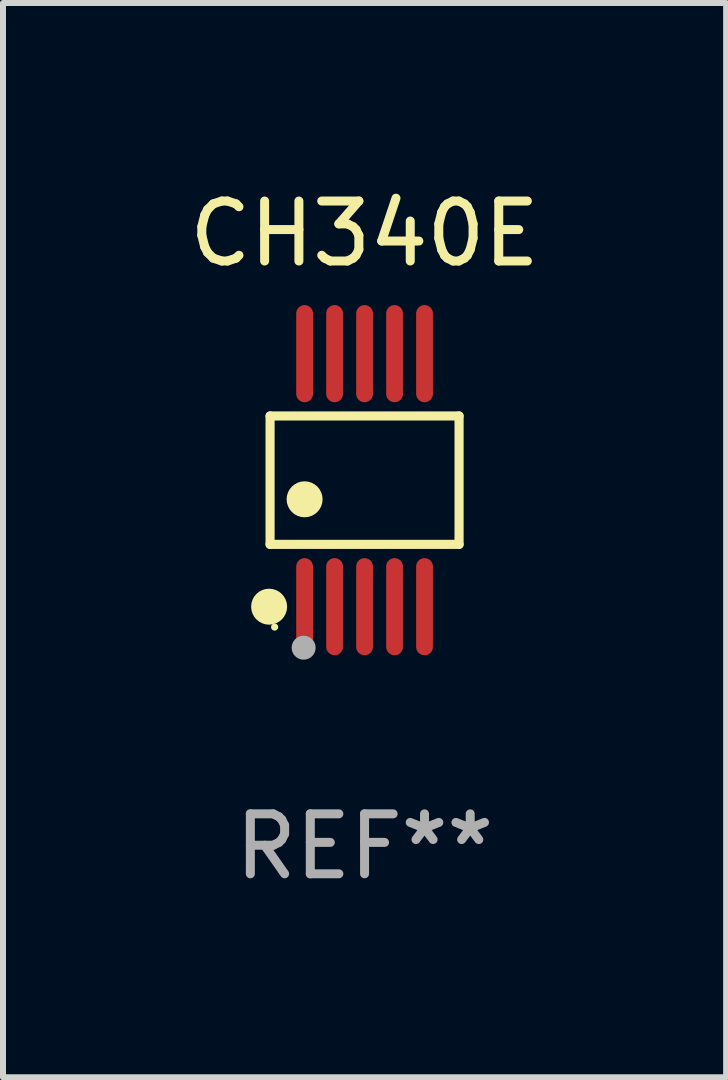
<source format=kicad_pcb>
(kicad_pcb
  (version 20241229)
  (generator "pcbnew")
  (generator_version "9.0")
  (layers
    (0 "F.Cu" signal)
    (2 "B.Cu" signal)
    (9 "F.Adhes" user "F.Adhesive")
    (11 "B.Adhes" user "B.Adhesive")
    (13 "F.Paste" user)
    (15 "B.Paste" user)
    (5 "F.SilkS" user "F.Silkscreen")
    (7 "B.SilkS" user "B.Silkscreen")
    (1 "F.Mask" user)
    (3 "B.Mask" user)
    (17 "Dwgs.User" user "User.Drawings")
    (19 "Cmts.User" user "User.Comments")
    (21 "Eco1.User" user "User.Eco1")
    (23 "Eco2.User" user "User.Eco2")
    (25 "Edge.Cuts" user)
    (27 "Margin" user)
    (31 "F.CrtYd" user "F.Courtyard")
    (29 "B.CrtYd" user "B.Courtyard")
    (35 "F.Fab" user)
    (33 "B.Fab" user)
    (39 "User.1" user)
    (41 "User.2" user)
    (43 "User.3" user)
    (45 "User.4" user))
  (footprint "CH340E"
    (layer "F.Cu")
    (at 3.03 4.958)
    (property "Reference" "CH340E" (at 0 -4.11 0) (layer "F.SilkS") (effects (font (size 1 1) (thickness 0.15))))
    (attr through_hole)
    (fp_line (start -1.576 -1.071) (end 1.576 -1.071) (stroke (width 0.152) (type solid)) (layer "F.SilkS"))
    (fp_line (start -1.576 1.071) (end -1.576 -1.071) (stroke (width 0.152) (type solid)) (layer "F.SilkS"))
    (fp_line (start 1.576 -1.071) (end 1.576 1.071) (stroke (width 0.152) (type solid)) (layer "F.SilkS"))
    (fp_line (start 1.576 1.071) (end -1.576 1.071) (stroke (width 0.152) (type solid)) (layer "F.SilkS"))
    (fp_circle (center -1.592 2.11) (end -1.442 2.11) (stroke (width 0.3) (type solid)) (fill no) (layer "F.SilkS"))
    (fp_circle (center -1.5 2.45) (end -1.47 2.45) (stroke (width 0.06) (type solid)) (fill no) (layer "F.SilkS"))
    (fp_circle (center -1 0.319) (end -0.85 0.319) (stroke (width 0.3) (type solid)) (fill no) (layer "F.SilkS"))
    (fp_circle (center -1.016 2.794) (end -0.916 2.794) (stroke (width 0.2) (type solid)) (fill no) (layer "F.Fab"))
    (fp_text user "REF**" (at 0 6.11 0) (layer "F.Fab") (effects (font (size 1 1) (thickness 0.15))))
    (pad "1" smd oval (at -1 2.11) (size 0.28 1.62) (layers "F.Cu" "F.Mask" "F.Paste"))
    (pad "2" smd oval (at -0.5 2.11) (size 0.28 1.62) (layers "F.Cu" "F.Mask" "F.Paste"))
    (pad "3" smd oval (at 0 2.11) (size 0.28 1.62) (layers "F.Cu" "F.Mask" "F.Paste"))
    (pad "4" smd oval (at 0.5 2.11) (size 0.28 1.62) (layers "F.Cu" "F.Mask" "F.Paste"))
    (pad "5" smd oval (at 1 2.11) (size 0.28 1.62) (layers "F.Cu" "F.Mask" "F.Paste"))
    (pad "6" smd oval (at 1 -2.11) (size 0.28 1.62) (layers "F.Cu" "F.Mask" "F.Paste"))
    (pad "7" smd oval (at 0.5 -2.11) (size 0.28 1.62) (layers "F.Cu" "F.Mask" "F.Paste"))
    (pad "8" smd oval (at 0 -2.11) (size 0.28 1.62) (layers "F.Cu" "F.Mask" "F.Paste"))
    (pad "9" smd oval (at -0.5 -2.11) (size 0.28 1.62) (layers "F.Cu" "F.Mask" "F.Paste"))
    (pad "10" smd oval (at -1 -2.11) (size 0.28 1.62) (layers "F.Cu" "F.Mask" "F.Paste")))
  (gr_rect
    (start -3 -3)
    (end 9.06 14.916)
    (stroke (width 0.1) (type default))
    (fill no)
    (layer "Edge.Cuts")))
</source>
